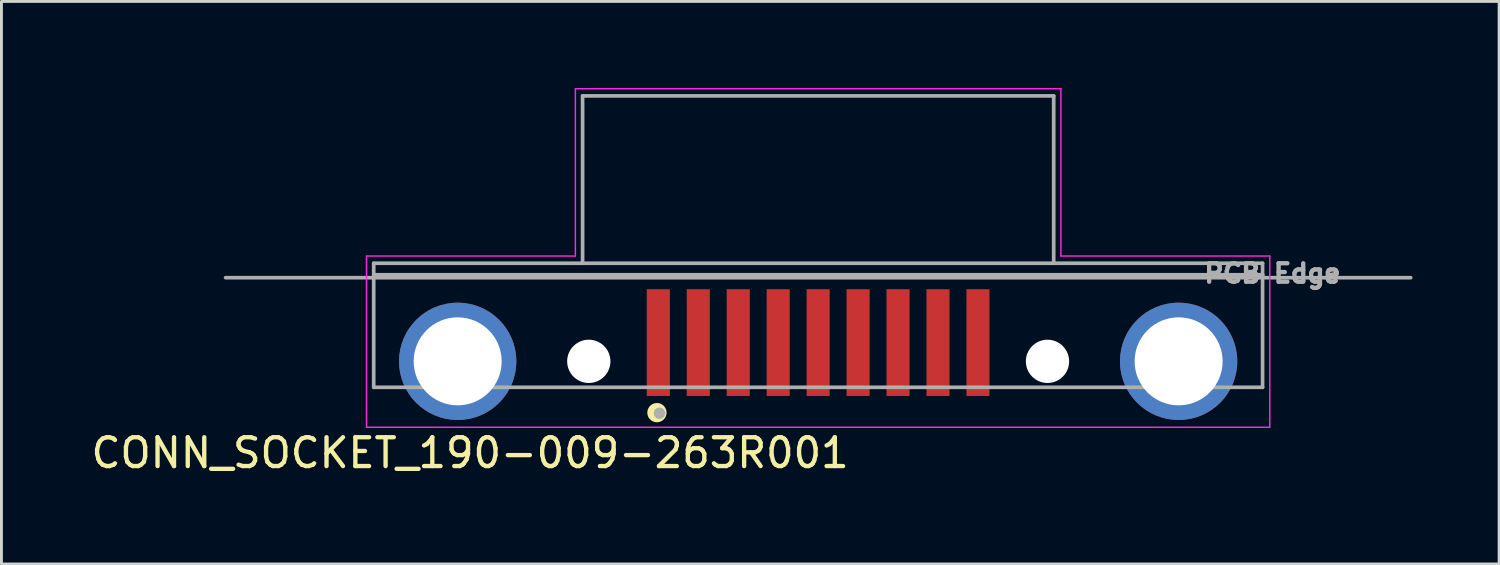
<source format=kicad_pcb>
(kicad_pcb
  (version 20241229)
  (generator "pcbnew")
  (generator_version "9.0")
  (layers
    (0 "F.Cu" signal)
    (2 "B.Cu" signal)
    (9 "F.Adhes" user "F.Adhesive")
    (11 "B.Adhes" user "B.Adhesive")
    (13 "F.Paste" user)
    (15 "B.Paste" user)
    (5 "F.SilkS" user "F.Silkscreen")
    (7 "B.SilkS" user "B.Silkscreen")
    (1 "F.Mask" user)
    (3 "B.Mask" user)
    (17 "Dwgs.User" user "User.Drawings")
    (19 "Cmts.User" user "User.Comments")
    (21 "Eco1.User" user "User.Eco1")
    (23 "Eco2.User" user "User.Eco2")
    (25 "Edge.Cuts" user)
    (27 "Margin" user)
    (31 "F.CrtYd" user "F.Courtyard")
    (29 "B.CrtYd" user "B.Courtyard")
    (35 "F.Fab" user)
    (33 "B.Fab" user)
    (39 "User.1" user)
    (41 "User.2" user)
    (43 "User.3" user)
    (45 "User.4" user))
  (footprint "CONN_SOCKET_190-009-263R001"
    (layer "F.Cu")
    (at 25.309 9.475)
    (property "Reference" "CONN_SOCKET_190-009-263R001" (at -12.065 3.175 0) (layer "F.SilkS") (effects (font (size 1 1) (thickness 0.15))))
    (attr smd)
    (fp_circle (center -5.588 1.778) (end -5.304 1.778) (stroke (width 0.1) (type solid)) (fill yes) (layer "F.SilkS"))
    (fp_line (start -15.655 -3.65) (end -8.415 -3.65) (stroke (width 0.05) (type solid)) (layer "F.CrtYd"))
    (fp_line (start -15.655 2.285) (end -15.655 -3.65) (stroke (width 0.05) (type solid)) (layer "F.CrtYd"))
    (fp_line (start -8.415 -9.45) (end 8.415 -9.45) (stroke (width 0.05) (type solid)) (layer "F.CrtYd"))
    (fp_line (start -8.415 -3.65) (end -8.415 -9.45) (stroke (width 0.05) (type solid)) (layer "F.CrtYd"))
    (fp_line (start 8.415 -9.45) (end 8.415 -3.65) (stroke (width 0.05) (type solid)) (layer "F.CrtYd"))
    (fp_line (start 8.415 -3.65) (end 15.655 -3.65) (stroke (width 0.05) (type solid)) (layer "F.CrtYd"))
    (fp_line (start 15.655 -3.65) (end 15.655 2.285) (stroke (width 0.05) (type solid)) (layer "F.CrtYd"))
    (fp_line (start 15.655 2.285) (end -15.655 2.285) (stroke (width 0.05) (type solid)) (layer "F.CrtYd"))
    (fp_line (start -15.405 -3.4) (end -15.405 -3) (stroke (width 0.127) (type solid)) (layer "F.Fab"))
    (fp_line (start -15.405 -3) (end -15.405 0.9) (stroke (width 0.127) (type solid)) (layer "F.Fab"))
    (fp_line (start -15.405 0.9) (end 15.405 0.9) (stroke (width 0.127) (type solid)) (layer "F.Fab"))
    (fp_line (start -8.165 -9.2) (end 8.165 -9.2) (stroke (width 0.127) (type solid)) (layer "F.Fab"))
    (fp_line (start -8.165 -3.4) (end -15.405 -3.4) (stroke (width 0.127) (type solid)) (layer "F.Fab"))
    (fp_line (start -8.165 -3.4) (end -8.165 -9.2) (stroke (width 0.127) (type solid)) (layer "F.Fab"))
    (fp_line (start 8.165 -9.2) (end 8.165 -3.4) (stroke (width 0.127) (type solid)) (layer "F.Fab"))
    (fp_line (start 8.165 -3.4) (end -8.165 -3.4) (stroke (width 0.127) (type solid)) (layer "F.Fab"))
    (fp_line (start 15.405 -3.4) (end 8.165 -3.4) (stroke (width 0.127) (type solid)) (layer "F.Fab"))
    (fp_line (start 15.405 -3.4) (end 15.405 -3) (stroke (width 0.127) (type solid)) (layer "F.Fab"))
    (fp_line (start 15.405 -3) (end -15.405 -3) (stroke (width 0.127) (type solid)) (layer "F.Fab"))
    (fp_line (start 15.405 0.9) (end 15.405 -3) (stroke (width 0.127) (type solid)) (layer "F.Fab"))
    (fp_line (start 20.54 -2.9) (end -20.54 -2.9) (stroke (width 0.127) (type solid)) (layer "F.Fab"))
    (fp_circle (center -5.5 1.8) (end -5.4 1.8) (stroke (width 0.2) (type solid)) (fill no) (layer "F.Fab"))
    (fp_text user "PCB Edge" (at 15.748 -3.048 0) (layer "F.Fab") (effects (font (size 0.64 0.64) (thickness 0.15))))
    (pad "" np_thru_hole circle (at -7.95 0) (size 1.5 1.5) (drill 1.5) (layers "*.Cu" "*.Mask"))
    (pad "" np_thru_hole circle (at 7.95 0) (size 1.5 1.5) (drill 1.5) (layers "*.Cu" "*.Mask"))
    (pad "1" smd rect (at -5.54 -0.65) (size 0.8 3.7) (layers "F.Cu" "F.Mask" "F.Paste"))
    (pad "2" smd rect (at -2.77 -0.65) (size 0.8 3.7) (layers "F.Cu" "F.Mask" "F.Paste"))
    (pad "3" smd rect (at 0 -0.65) (size 0.8 3.7) (layers "F.Cu" "F.Mask" "F.Paste"))
    (pad "4" smd rect (at 2.77 -0.65) (size 0.8 3.7) (layers "F.Cu" "F.Mask" "F.Paste"))
    (pad "5" smd rect (at 5.54 -0.65) (size 0.8 3.7) (layers "F.Cu" "F.Mask" "F.Paste"))
    (pad "6" smd rect (at -4.155 -0.65) (size 0.8 3.7) (layers "F.Cu" "F.Mask" "F.Paste"))
    (pad "7" smd rect (at -1.385 -0.65) (size 0.8 3.7) (layers "F.Cu" "F.Mask" "F.Paste"))
    (pad "8" smd rect (at 1.385 -0.65) (size 0.8 3.7) (layers "F.Cu" "F.Mask" "F.Paste"))
    (pad "9" smd rect (at 4.155 -0.65) (size 0.8 3.7) (layers "F.Cu" "F.Mask" "F.Paste"))
    (pad "S1" thru_hole circle (at -12.495 0) (size 4.066 4.066) (drill 3.05) (layers "*.Cu" "*.Mask"))
    (pad "S2" thru_hole circle (at 12.495 0) (size 4.066 4.066) (drill 3.05) (layers "*.Cu" "*.Mask")))
  (gr_rect
    (start -3 -3)
    (end 48.913 16.498)
    (stroke (width 0.1) (type default))
    (fill no)
    (layer "Edge.Cuts")))
</source>
